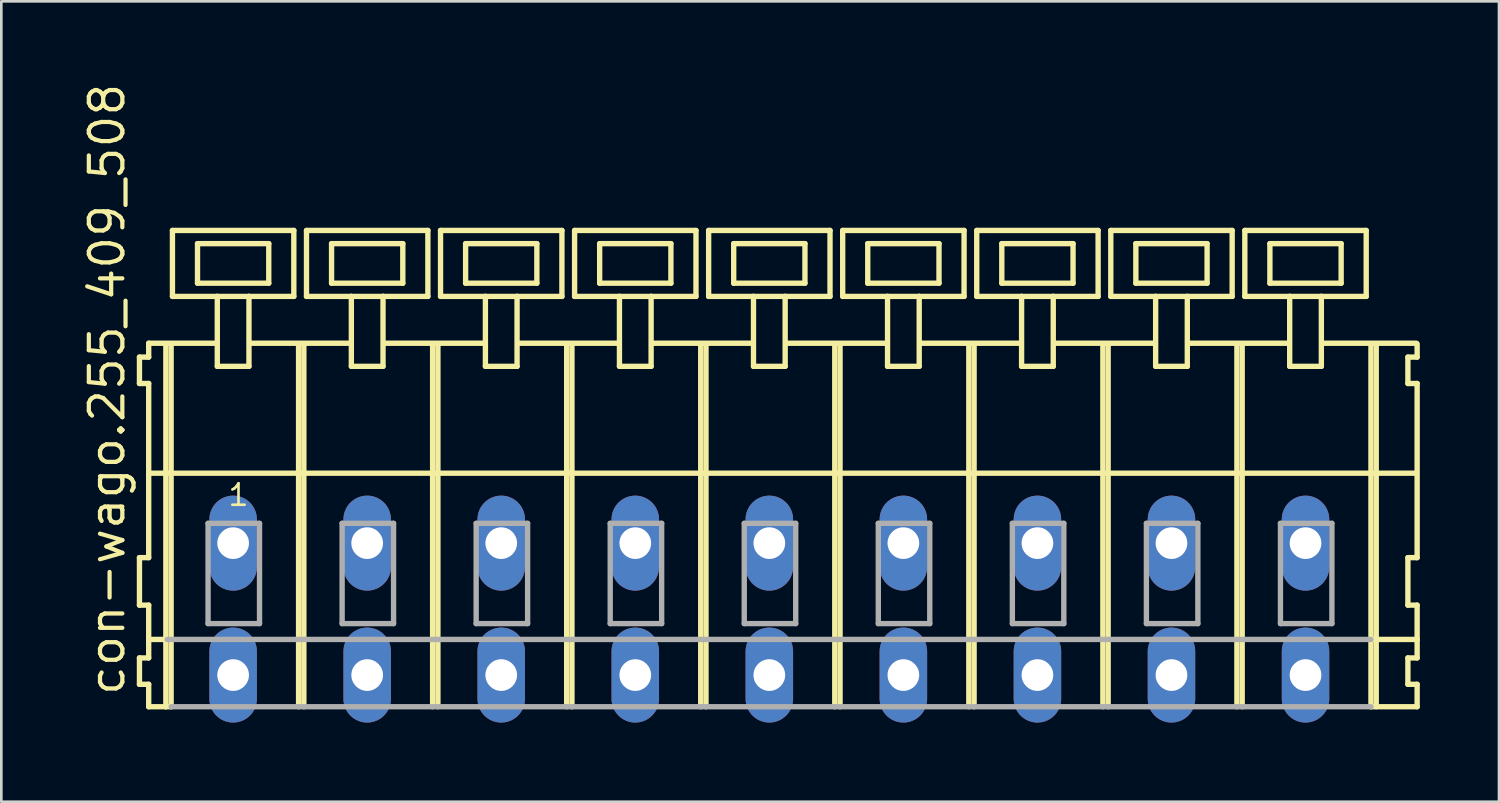
<source format=kicad_pcb>
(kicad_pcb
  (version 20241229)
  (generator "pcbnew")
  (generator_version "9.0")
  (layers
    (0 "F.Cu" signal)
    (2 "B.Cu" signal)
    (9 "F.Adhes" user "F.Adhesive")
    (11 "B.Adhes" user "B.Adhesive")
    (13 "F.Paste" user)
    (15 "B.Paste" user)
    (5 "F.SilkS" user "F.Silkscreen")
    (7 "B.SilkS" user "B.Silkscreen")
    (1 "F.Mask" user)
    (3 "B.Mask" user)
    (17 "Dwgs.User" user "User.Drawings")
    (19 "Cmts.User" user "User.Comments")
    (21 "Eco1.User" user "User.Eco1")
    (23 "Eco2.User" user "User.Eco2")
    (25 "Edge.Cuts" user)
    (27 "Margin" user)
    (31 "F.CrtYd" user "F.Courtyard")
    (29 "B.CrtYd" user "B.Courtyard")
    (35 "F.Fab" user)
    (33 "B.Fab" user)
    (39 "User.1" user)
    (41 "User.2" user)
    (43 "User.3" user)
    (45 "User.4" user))
  (footprint "con-wago.255_409_508"
    (layer "F.Cu")
    (at 23.565 17.533)
    (property "Reference" "con-wago.255_409_508" (at -21.815 5.855 90) (layer "F.SilkS") (effects (font (size 1.27 1.27) (thickness 0.16)) (justify left bottom)))
    (attr through_hole)
    (fp_line (start -21.33 -7.05) (end -21.33 -6.05) (stroke (width 0.203) (type default)) (layer "F.SilkS"))
    (fp_line (start -21.33 -6.05) (end -20.98 -6.05) (stroke (width 0.203) (type default)) (layer "F.SilkS"))
    (fp_line (start -21.33 0.55) (end -21.33 2.35) (stroke (width 0.203) (type default)) (layer "F.SilkS"))
    (fp_line (start -21.33 2.35) (end -20.98 2.35) (stroke (width 0.203) (type default)) (layer "F.SilkS"))
    (fp_line (start -21.33 4.35) (end -21.33 5.35) (stroke (width 0.203) (type default)) (layer "F.SilkS"))
    (fp_line (start -21.33 5.35) (end -20.98 5.35) (stroke (width 0.203) (type default)) (layer "F.SilkS"))
    (fp_line (start -20.98 -7.575) (end -20.98 -7.05) (stroke (width 0.203) (type default)) (layer "F.SilkS"))
    (fp_line (start -20.98 -7.575) (end -18.405 -7.575) (stroke (width 0.203) (type default)) (layer "F.SilkS"))
    (fp_line (start -20.98 -7.05) (end -21.33 -7.05) (stroke (width 0.203) (type default)) (layer "F.SilkS"))
    (fp_line (start -20.98 -6.05) (end -20.98 0.55) (stroke (width 0.203) (type default)) (layer "F.SilkS"))
    (fp_line (start -20.98 0.55) (end -21.33 0.55) (stroke (width 0.203) (type default)) (layer "F.SilkS"))
    (fp_line (start -20.98 2.35) (end -20.98 4.35) (stroke (width 0.203) (type default)) (layer "F.SilkS"))
    (fp_line (start -20.98 3.65) (end -20.28 3.65) (stroke (width 0.203) (type default)) (layer "F.SilkS"))
    (fp_line (start -20.98 4.35) (end -21.33 4.35) (stroke (width 0.203) (type default)) (layer "F.SilkS"))
    (fp_line (start -20.98 5.35) (end -20.98 6.2) (stroke (width 0.203) (type default)) (layer "F.SilkS"))
    (fp_line (start -20.98 6.2) (end -20.33 6.2) (stroke (width 0.203) (type default)) (layer "F.SilkS"))
    (fp_line (start -20.93 -2.65) (end 25.34 -2.65) (stroke (width 0.203) (type default)) (layer "F.SilkS"))
    (fp_line (start -20.33 -7.55) (end -20.33 6.2) (stroke (width 0.203) (type default)) (layer "F.SilkS"))
    (fp_line (start -20.33 6.2) (end -20.13 6.2) (stroke (width 0.203) (type default)) (layer "F.SilkS"))
    (fp_line (start -20.13 -7.55) (end -20.13 6.2) (stroke (width 0.203) (type default)) (layer "F.SilkS"))
    (fp_line (start -20.08 -11.85) (end -20.08 -9.35) (stroke (width 0.203) (type default)) (layer "F.SilkS"))
    (fp_line (start -20.08 -9.35) (end -18.38 -9.35) (stroke (width 0.203) (type default)) (layer "F.SilkS"))
    (fp_line (start -19.13 -11.35) (end -19.13 -9.85) (stroke (width 0.203) (type default)) (layer "F.SilkS"))
    (fp_line (start -19.13 -9.85) (end -16.43 -9.85) (stroke (width 0.203) (type default)) (layer "F.SilkS"))
    (fp_line (start -18.38 -9.35) (end -18.38 -6.7) (stroke (width 0.203) (type default)) (layer "F.SilkS"))
    (fp_line (start -18.38 -9.35) (end -17.18 -9.35) (stroke (width 0.203) (type default)) (layer "F.SilkS"))
    (fp_line (start -18.38 -6.7) (end -17.18 -6.7) (stroke (width 0.203) (type default)) (layer "F.SilkS"))
    (fp_line (start -17.18 -9.35) (end -15.48 -9.35) (stroke (width 0.203) (type default)) (layer "F.SilkS"))
    (fp_line (start -17.18 -6.7) (end -17.18 -9.35) (stroke (width 0.203) (type default)) (layer "F.SilkS"))
    (fp_line (start -17.155 -7.575) (end -13.321 -7.575) (stroke (width 0.203) (type default)) (layer "F.SilkS"))
    (fp_line (start -16.43 -11.35) (end -19.13 -11.35) (stroke (width 0.203) (type default)) (layer "F.SilkS"))
    (fp_line (start -16.43 -9.85) (end -16.43 -11.35) (stroke (width 0.203) (type default)) (layer "F.SilkS"))
    (fp_line (start -15.48 -11.85) (end -20.08 -11.85) (stroke (width 0.203) (type default)) (layer "F.SilkS"))
    (fp_line (start -15.48 -9.35) (end -15.48 -11.85) (stroke (width 0.203) (type default)) (layer "F.SilkS"))
    (fp_line (start -15.3 -7.55) (end -15.3 6.2) (stroke (width 0.203) (type default)) (layer "F.SilkS"))
    (fp_line (start -15.1 -7.55) (end -15.1 6.2) (stroke (width 0.203) (type default)) (layer "F.SilkS"))
    (fp_line (start -15 -11.85) (end -15 -9.35) (stroke (width 0.203) (type default)) (layer "F.SilkS"))
    (fp_line (start -15 -9.35) (end -13.3 -9.35) (stroke (width 0.203) (type default)) (layer "F.SilkS"))
    (fp_line (start -14.05 -11.35) (end -14.05 -9.85) (stroke (width 0.203) (type default)) (layer "F.SilkS"))
    (fp_line (start -14.05 -9.85) (end -11.35 -9.85) (stroke (width 0.203) (type default)) (layer "F.SilkS"))
    (fp_line (start -13.3 -9.35) (end -13.3 -6.7) (stroke (width 0.203) (type default)) (layer "F.SilkS"))
    (fp_line (start -13.3 -9.35) (end -12.1 -9.35) (stroke (width 0.203) (type default)) (layer "F.SilkS"))
    (fp_line (start -13.3 -6.7) (end -12.1 -6.7) (stroke (width 0.203) (type default)) (layer "F.SilkS"))
    (fp_line (start -12.1 -9.35) (end -10.4 -9.35) (stroke (width 0.203) (type default)) (layer "F.SilkS"))
    (fp_line (start -12.1 -6.7) (end -12.1 -9.35) (stroke (width 0.203) (type default)) (layer "F.SilkS"))
    (fp_line (start -12.075 -7.575) (end -8.23 -7.575) (stroke (width 0.203) (type default)) (layer "F.SilkS"))
    (fp_line (start -11.35 -11.35) (end -14.05 -11.35) (stroke (width 0.203) (type default)) (layer "F.SilkS"))
    (fp_line (start -11.35 -9.85) (end -11.35 -11.35) (stroke (width 0.203) (type default)) (layer "F.SilkS"))
    (fp_line (start -10.4 -11.85) (end -15 -11.85) (stroke (width 0.203) (type default)) (layer "F.SilkS"))
    (fp_line (start -10.4 -9.35) (end -10.4 -11.85) (stroke (width 0.203) (type default)) (layer "F.SilkS"))
    (fp_line (start -10.22 -7.55) (end -10.22 6.2) (stroke (width 0.203) (type default)) (layer "F.SilkS"))
    (fp_line (start -10.02 -7.55) (end -10.02 6.2) (stroke (width 0.203) (type default)) (layer "F.SilkS"))
    (fp_line (start -9.92 -11.85) (end -9.92 -9.35) (stroke (width 0.203) (type default)) (layer "F.SilkS"))
    (fp_line (start -9.92 -9.35) (end -8.22 -9.35) (stroke (width 0.203) (type default)) (layer "F.SilkS"))
    (fp_line (start -8.97 -11.35) (end -8.97 -9.85) (stroke (width 0.203) (type default)) (layer "F.SilkS"))
    (fp_line (start -8.97 -9.85) (end -6.27 -9.85) (stroke (width 0.203) (type default)) (layer "F.SilkS"))
    (fp_line (start -8.22 -9.35) (end -8.22 -6.7) (stroke (width 0.203) (type default)) (layer "F.SilkS"))
    (fp_line (start -8.22 -9.35) (end -7.02 -9.35) (stroke (width 0.203) (type default)) (layer "F.SilkS"))
    (fp_line (start -8.22 -6.7) (end -7.02 -6.7) (stroke (width 0.203) (type default)) (layer "F.SilkS"))
    (fp_line (start -7.02 -9.35) (end -5.32 -9.35) (stroke (width 0.203) (type default)) (layer "F.SilkS"))
    (fp_line (start -7.02 -6.7) (end -7.02 -9.35) (stroke (width 0.203) (type default)) (layer "F.SilkS"))
    (fp_line (start -6.995 -7.575) (end -3.15 -7.575) (stroke (width 0.203) (type default)) (layer "F.SilkS"))
    (fp_line (start -6.27 -11.35) (end -8.97 -11.35) (stroke (width 0.203) (type default)) (layer "F.SilkS"))
    (fp_line (start -6.27 -9.85) (end -6.27 -11.35) (stroke (width 0.203) (type default)) (layer "F.SilkS"))
    (fp_line (start -5.32 -11.85) (end -9.92 -11.85) (stroke (width 0.203) (type default)) (layer "F.SilkS"))
    (fp_line (start -5.32 -9.35) (end -5.32 -11.85) (stroke (width 0.203) (type default)) (layer "F.SilkS"))
    (fp_line (start -5.14 -7.55) (end -5.14 6.2) (stroke (width 0.203) (type default)) (layer "F.SilkS"))
    (fp_line (start -4.94 -7.55) (end -4.94 6.2) (stroke (width 0.203) (type default)) (layer "F.SilkS"))
    (fp_line (start -4.84 -11.85) (end -4.84 -9.35) (stroke (width 0.203) (type default)) (layer "F.SilkS"))
    (fp_line (start -4.84 -9.35) (end -3.14 -9.35) (stroke (width 0.203) (type default)) (layer "F.SilkS"))
    (fp_line (start -3.89 -11.35) (end -3.89 -9.85) (stroke (width 0.203) (type default)) (layer "F.SilkS"))
    (fp_line (start -3.89 -9.85) (end -1.19 -9.85) (stroke (width 0.203) (type default)) (layer "F.SilkS"))
    (fp_line (start -3.14 -9.35) (end -3.14 -6.7) (stroke (width 0.203) (type default)) (layer "F.SilkS"))
    (fp_line (start -3.14 -9.35) (end -1.94 -9.35) (stroke (width 0.203) (type default)) (layer "F.SilkS"))
    (fp_line (start -3.14 -6.7) (end -1.94 -6.7) (stroke (width 0.203) (type default)) (layer "F.SilkS"))
    (fp_line (start -1.94 -9.35) (end -0.24 -9.35) (stroke (width 0.203) (type default)) (layer "F.SilkS"))
    (fp_line (start -1.94 -6.7) (end -1.94 -9.35) (stroke (width 0.203) (type default)) (layer "F.SilkS"))
    (fp_line (start -1.915 -7.575) (end 1.93 -7.575) (stroke (width 0.203) (type default)) (layer "F.SilkS"))
    (fp_line (start -1.19 -11.35) (end -3.89 -11.35) (stroke (width 0.203) (type default)) (layer "F.SilkS"))
    (fp_line (start -1.19 -9.85) (end -1.19 -11.35) (stroke (width 0.203) (type default)) (layer "F.SilkS"))
    (fp_line (start -0.24 -11.85) (end -4.84 -11.85) (stroke (width 0.203) (type default)) (layer "F.SilkS"))
    (fp_line (start -0.24 -9.35) (end -0.24 -11.85) (stroke (width 0.203) (type default)) (layer "F.SilkS"))
    (fp_line (start -0.06 -7.55) (end -0.06 6.2) (stroke (width 0.203) (type default)) (layer "F.SilkS"))
    (fp_line (start 0.14 -7.55) (end 0.14 6.2) (stroke (width 0.203) (type default)) (layer "F.SilkS"))
    (fp_line (start 0.24 -11.85) (end 0.24 -9.35) (stroke (width 0.203) (type default)) (layer "F.SilkS"))
    (fp_line (start 0.24 -9.35) (end 1.94 -9.35) (stroke (width 0.203) (type default)) (layer "F.SilkS"))
    (fp_line (start 1.19 -11.35) (end 1.19 -9.85) (stroke (width 0.203) (type default)) (layer "F.SilkS"))
    (fp_line (start 1.19 -9.85) (end 3.89 -9.85) (stroke (width 0.203) (type default)) (layer "F.SilkS"))
    (fp_line (start 1.94 -9.35) (end 1.94 -6.7) (stroke (width 0.203) (type default)) (layer "F.SilkS"))
    (fp_line (start 1.94 -9.35) (end 3.14 -9.35) (stroke (width 0.203) (type default)) (layer "F.SilkS"))
    (fp_line (start 1.94 -6.7) (end 3.14 -6.7) (stroke (width 0.203) (type default)) (layer "F.SilkS"))
    (fp_line (start 3.14 -9.35) (end 4.84 -9.35) (stroke (width 0.203) (type default)) (layer "F.SilkS"))
    (fp_line (start 3.14 -6.7) (end 3.14 -9.35) (stroke (width 0.203) (type default)) (layer "F.SilkS"))
    (fp_line (start 3.165 -7.575) (end 7.01 -7.575) (stroke (width 0.203) (type default)) (layer "F.SilkS"))
    (fp_line (start 3.89 -11.35) (end 1.19 -11.35) (stroke (width 0.203) (type default)) (layer "F.SilkS"))
    (fp_line (start 3.89 -9.85) (end 3.89 -11.35) (stroke (width 0.203) (type default)) (layer "F.SilkS"))
    (fp_line (start 4.84 -11.85) (end 0.24 -11.85) (stroke (width 0.203) (type default)) (layer "F.SilkS"))
    (fp_line (start 4.84 -9.35) (end 4.84 -11.85) (stroke (width 0.203) (type default)) (layer "F.SilkS"))
    (fp_line (start 5.02 -7.55) (end 5.02 6.2) (stroke (width 0.203) (type default)) (layer "F.SilkS"))
    (fp_line (start 5.22 -7.55) (end 5.22 6.2) (stroke (width 0.203) (type default)) (layer "F.SilkS"))
    (fp_line (start 5.32 -11.85) (end 5.32 -9.35) (stroke (width 0.203) (type default)) (layer "F.SilkS"))
    (fp_line (start 5.32 -9.35) (end 7.02 -9.35) (stroke (width 0.203) (type default)) (layer "F.SilkS"))
    (fp_line (start 6.27 -11.35) (end 6.27 -9.85) (stroke (width 0.203) (type default)) (layer "F.SilkS"))
    (fp_line (start 6.27 -9.85) (end 8.97 -9.85) (stroke (width 0.203) (type default)) (layer "F.SilkS"))
    (fp_line (start 7.02 -9.35) (end 7.02 -6.7) (stroke (width 0.203) (type default)) (layer "F.SilkS"))
    (fp_line (start 7.02 -9.35) (end 8.22 -9.35) (stroke (width 0.203) (type default)) (layer "F.SilkS"))
    (fp_line (start 7.02 -6.7) (end 8.22 -6.7) (stroke (width 0.203) (type default)) (layer "F.SilkS"))
    (fp_line (start 8.22 -9.35) (end 9.92 -9.35) (stroke (width 0.203) (type default)) (layer "F.SilkS"))
    (fp_line (start 8.22 -6.7) (end 8.22 -9.35) (stroke (width 0.203) (type default)) (layer "F.SilkS"))
    (fp_line (start 8.245 -7.575) (end 12.09 -7.575) (stroke (width 0.203) (type default)) (layer "F.SilkS"))
    (fp_line (start 8.97 -11.35) (end 6.27 -11.35) (stroke (width 0.203) (type default)) (layer "F.SilkS"))
    (fp_line (start 8.97 -9.85) (end 8.97 -11.35) (stroke (width 0.203) (type default)) (layer "F.SilkS"))
    (fp_line (start 9.92 -11.85) (end 5.32 -11.85) (stroke (width 0.203) (type default)) (layer "F.SilkS"))
    (fp_line (start 9.92 -9.35) (end 9.92 -11.85) (stroke (width 0.203) (type default)) (layer "F.SilkS"))
    (fp_line (start 10.1 -7.55) (end 10.1 6.2) (stroke (width 0.203) (type default)) (layer "F.SilkS"))
    (fp_line (start 10.3 -7.55) (end 10.3 6.2) (stroke (width 0.203) (type default)) (layer "F.SilkS"))
    (fp_line (start 10.4 -11.85) (end 10.4 -9.35) (stroke (width 0.203) (type default)) (layer "F.SilkS"))
    (fp_line (start 10.4 -9.35) (end 12.1 -9.35) (stroke (width 0.203) (type default)) (layer "F.SilkS"))
    (fp_line (start 11.35 -11.35) (end 11.35 -9.85) (stroke (width 0.203) (type default)) (layer "F.SilkS"))
    (fp_line (start 11.35 -9.85) (end 14.05 -9.85) (stroke (width 0.203) (type default)) (layer "F.SilkS"))
    (fp_line (start 12.1 -9.35) (end 12.1 -6.7) (stroke (width 0.203) (type default)) (layer "F.SilkS"))
    (fp_line (start 12.1 -9.35) (end 13.3 -9.35) (stroke (width 0.203) (type default)) (layer "F.SilkS"))
    (fp_line (start 12.1 -6.7) (end 13.3 -6.7) (stroke (width 0.203) (type default)) (layer "F.SilkS"))
    (fp_line (start 13.3 -9.35) (end 15 -9.35) (stroke (width 0.203) (type default)) (layer "F.SilkS"))
    (fp_line (start 13.3 -6.7) (end 13.3 -9.35) (stroke (width 0.203) (type default)) (layer "F.SilkS"))
    (fp_line (start 13.325 -7.575) (end 17.17 -7.575) (stroke (width 0.203) (type default)) (layer "F.SilkS"))
    (fp_line (start 14.05 -11.35) (end 11.35 -11.35) (stroke (width 0.203) (type default)) (layer "F.SilkS"))
    (fp_line (start 14.05 -9.85) (end 14.05 -11.35) (stroke (width 0.203) (type default)) (layer "F.SilkS"))
    (fp_line (start 15 -11.85) (end 10.4 -11.85) (stroke (width 0.203) (type default)) (layer "F.SilkS"))
    (fp_line (start 15 -9.35) (end 15 -11.85) (stroke (width 0.203) (type default)) (layer "F.SilkS"))
    (fp_line (start 15.18 -7.55) (end 15.18 6.2) (stroke (width 0.203) (type default)) (layer "F.SilkS"))
    (fp_line (start 15.38 -7.55) (end 15.38 6.2) (stroke (width 0.203) (type default)) (layer "F.SilkS"))
    (fp_line (start 15.48 -11.85) (end 15.48 -9.35) (stroke (width 0.203) (type default)) (layer "F.SilkS"))
    (fp_line (start 15.48 -9.35) (end 17.18 -9.35) (stroke (width 0.203) (type default)) (layer "F.SilkS"))
    (fp_line (start 16.43 -11.35) (end 16.43 -9.85) (stroke (width 0.203) (type default)) (layer "F.SilkS"))
    (fp_line (start 16.43 -9.85) (end 19.13 -9.85) (stroke (width 0.203) (type default)) (layer "F.SilkS"))
    (fp_line (start 17.18 -9.35) (end 17.18 -6.7) (stroke (width 0.203) (type default)) (layer "F.SilkS"))
    (fp_line (start 17.18 -9.35) (end 18.38 -9.35) (stroke (width 0.203) (type default)) (layer "F.SilkS"))
    (fp_line (start 17.18 -6.7) (end 18.38 -6.7) (stroke (width 0.203) (type default)) (layer "F.SilkS"))
    (fp_line (start 18.38 -9.35) (end 20.08 -9.35) (stroke (width 0.203) (type default)) (layer "F.SilkS"))
    (fp_line (start 18.38 -6.7) (end 18.38 -9.35) (stroke (width 0.203) (type default)) (layer "F.SilkS"))
    (fp_line (start 18.405 -7.575) (end 22.25 -7.575) (stroke (width 0.203) (type default)) (layer "F.SilkS"))
    (fp_line (start 19.13 -11.35) (end 16.43 -11.35) (stroke (width 0.203) (type default)) (layer "F.SilkS"))
    (fp_line (start 19.13 -9.85) (end 19.13 -11.35) (stroke (width 0.203) (type default)) (layer "F.SilkS"))
    (fp_line (start 20.08 -11.85) (end 15.48 -11.85) (stroke (width 0.203) (type default)) (layer "F.SilkS"))
    (fp_line (start 20.08 -9.35) (end 20.08 -11.85) (stroke (width 0.203) (type default)) (layer "F.SilkS"))
    (fp_line (start 20.26 -7.55) (end 20.26 6.2) (stroke (width 0.203) (type default)) (layer "F.SilkS"))
    (fp_line (start 20.46 -7.55) (end 20.46 6.2) (stroke (width 0.203) (type default)) (layer "F.SilkS"))
    (fp_line (start 20.56 -11.85) (end 20.56 -9.35) (stroke (width 0.203) (type default)) (layer "F.SilkS"))
    (fp_line (start 20.56 -9.35) (end 22.26 -9.35) (stroke (width 0.203) (type default)) (layer "F.SilkS"))
    (fp_line (start 21.51 -11.35) (end 21.51 -9.85) (stroke (width 0.203) (type default)) (layer "F.SilkS"))
    (fp_line (start 21.51 -9.85) (end 24.21 -9.85) (stroke (width 0.203) (type default)) (layer "F.SilkS"))
    (fp_line (start 22.26 -9.35) (end 22.26 -6.7) (stroke (width 0.203) (type default)) (layer "F.SilkS"))
    (fp_line (start 22.26 -9.35) (end 23.46 -9.35) (stroke (width 0.203) (type default)) (layer "F.SilkS"))
    (fp_line (start 22.26 -6.7) (end 23.46 -6.7) (stroke (width 0.203) (type default)) (layer "F.SilkS"))
    (fp_line (start 23.46 -9.35) (end 25.16 -9.35) (stroke (width 0.203) (type default)) (layer "F.SilkS"))
    (fp_line (start 23.46 -6.7) (end 23.46 -9.35) (stroke (width 0.203) (type default)) (layer "F.SilkS"))
    (fp_line (start 23.47 -7.575) (end 27.065 -7.575) (stroke (width 0.203) (type default)) (layer "F.SilkS"))
    (fp_line (start 24.21 -11.35) (end 21.51 -11.35) (stroke (width 0.203) (type default)) (layer "F.SilkS"))
    (fp_line (start 24.21 -9.85) (end 24.21 -11.35) (stroke (width 0.203) (type default)) (layer "F.SilkS"))
    (fp_line (start 25.16 -11.85) (end 20.56 -11.85) (stroke (width 0.203) (type default)) (layer "F.SilkS"))
    (fp_line (start 25.16 -9.35) (end 25.16 -11.85) (stroke (width 0.203) (type default)) (layer "F.SilkS"))
    (fp_line (start 25.34 -7.55) (end 25.34 -2.65) (stroke (width 0.203) (type default)) (layer "F.SilkS"))
    (fp_line (start 25.34 -2.65) (end 25.34 6.2) (stroke (width 0.203) (type default)) (layer "F.SilkS"))
    (fp_line (start 25.34 -2.65) (end 27.04 -2.65) (stroke (width 0.203) (type default)) (layer "F.SilkS"))
    (fp_line (start 25.34 6.2) (end 27.09 6.2) (stroke (width 0.203) (type default)) (layer "F.SilkS"))
    (fp_line (start 25.39 3.65) (end 27.09 3.65) (stroke (width 0.203) (type default)) (layer "F.SilkS"))
    (fp_line (start 25.54 -7.55) (end 25.54 6.2) (stroke (width 0.203) (type default)) (layer "F.SilkS"))
    (fp_line (start 26.74 -7.05) (end 26.74 -6.05) (stroke (width 0.203) (type default)) (layer "F.SilkS"))
    (fp_line (start 26.74 -6.05) (end 27.09 -6.05) (stroke (width 0.203) (type default)) (layer "F.SilkS"))
    (fp_line (start 26.74 0.55) (end 26.74 2.35) (stroke (width 0.203) (type default)) (layer "F.SilkS"))
    (fp_line (start 26.74 2.35) (end 27.09 2.35) (stroke (width 0.203) (type default)) (layer "F.SilkS"))
    (fp_line (start 26.74 4.35) (end 26.74 5.35) (stroke (width 0.203) (type default)) (layer "F.SilkS"))
    (fp_line (start 26.74 5.35) (end 27.09 5.35) (stroke (width 0.203) (type default)) (layer "F.SilkS"))
    (fp_line (start 27.09 -7.05) (end 26.74 -7.05) (stroke (width 0.203) (type default)) (layer "F.SilkS"))
    (fp_line (start 27.09 -7.05) (end 27.09 -7.55) (stroke (width 0.203) (type default)) (layer "F.SilkS"))
    (fp_line (start 27.09 0.55) (end 26.74 0.55) (stroke (width 0.203) (type default)) (layer "F.SilkS"))
    (fp_line (start 27.09 0.55) (end 27.09 -6.05) (stroke (width 0.203) (type default)) (layer "F.SilkS"))
    (fp_line (start 27.09 3.65) (end 27.09 2.35) (stroke (width 0.203) (type default)) (layer "F.SilkS"))
    (fp_line (start 27.09 4.35) (end 26.74 4.35) (stroke (width 0.203) (type default)) (layer "F.SilkS"))
    (fp_line (start 27.09 4.35) (end 27.09 3.65) (stroke (width 0.203) (type default)) (layer "F.SilkS"))
    (fp_line (start 27.09 6.2) (end 27.09 5.35) (stroke (width 0.203) (type default)) (layer "F.SilkS"))
    (fp_line (start -20.28 3.65) (end 25.34 3.65) (stroke (width 0.203) (type default)) (layer "F.Fab"))
    (fp_line (start -20.13 6.2) (end 25.34 6.2) (stroke (width 0.203) (type default)) (layer "F.Fab"))
    (fp_line (start -18.73 -0.75) (end -18.73 3.05) (stroke (width 0.203) (type default)) (layer "F.Fab"))
    (fp_line (start -18.73 3.05) (end -16.78 3.05) (stroke (width 0.203) (type default)) (layer "F.Fab"))
    (fp_line (start -16.78 -0.75) (end -18.73 -0.75) (stroke (width 0.203) (type default)) (layer "F.Fab"))
    (fp_line (start -16.78 3.05) (end -16.78 -0.75) (stroke (width 0.203) (type default)) (layer "F.Fab"))
    (fp_line (start -13.65 -0.75) (end -13.65 3.05) (stroke (width 0.203) (type default)) (layer "F.Fab"))
    (fp_line (start -13.65 3.05) (end -11.7 3.05) (stroke (width 0.203) (type default)) (layer "F.Fab"))
    (fp_line (start -11.7 -0.75) (end -13.65 -0.75) (stroke (width 0.203) (type default)) (layer "F.Fab"))
    (fp_line (start -11.7 3.05) (end -11.7 -0.75) (stroke (width 0.203) (type default)) (layer "F.Fab"))
    (fp_line (start -8.57 -0.75) (end -8.57 3.05) (stroke (width 0.203) (type default)) (layer "F.Fab"))
    (fp_line (start -8.57 3.05) (end -6.62 3.05) (stroke (width 0.203) (type default)) (layer "F.Fab"))
    (fp_line (start -6.62 -0.75) (end -8.57 -0.75) (stroke (width 0.203) (type default)) (layer "F.Fab"))
    (fp_line (start -6.62 3.05) (end -6.62 -0.75) (stroke (width 0.203) (type default)) (layer "F.Fab"))
    (fp_line (start -3.49 -0.75) (end -3.49 3.05) (stroke (width 0.203) (type default)) (layer "F.Fab"))
    (fp_line (start -3.49 3.05) (end -1.54 3.05) (stroke (width 0.203) (type default)) (layer "F.Fab"))
    (fp_line (start -1.54 -0.75) (end -3.49 -0.75) (stroke (width 0.203) (type default)) (layer "F.Fab"))
    (fp_line (start -1.54 3.05) (end -1.54 -0.75) (stroke (width 0.203) (type default)) (layer "F.Fab"))
    (fp_line (start 1.59 -0.75) (end 1.59 3.05) (stroke (width 0.203) (type default)) (layer "F.Fab"))
    (fp_line (start 1.59 3.05) (end 3.54 3.05) (stroke (width 0.203) (type default)) (layer "F.Fab"))
    (fp_line (start 3.54 -0.75) (end 1.59 -0.75) (stroke (width 0.203) (type default)) (layer "F.Fab"))
    (fp_line (start 3.54 3.05) (end 3.54 -0.75) (stroke (width 0.203) (type default)) (layer "F.Fab"))
    (fp_line (start 6.67 -0.75) (end 6.67 3.05) (stroke (width 0.203) (type default)) (layer "F.Fab"))
    (fp_line (start 6.67 3.05) (end 8.62 3.05) (stroke (width 0.203) (type default)) (layer "F.Fab"))
    (fp_line (start 8.62 -0.75) (end 6.67 -0.75) (stroke (width 0.203) (type default)) (layer "F.Fab"))
    (fp_line (start 8.62 3.05) (end 8.62 -0.75) (stroke (width 0.203) (type default)) (layer "F.Fab"))
    (fp_line (start 11.75 -0.75) (end 11.75 3.05) (stroke (width 0.203) (type default)) (layer "F.Fab"))
    (fp_line (start 11.75 3.05) (end 13.7 3.05) (stroke (width 0.203) (type default)) (layer "F.Fab"))
    (fp_line (start 13.7 -0.75) (end 11.75 -0.75) (stroke (width 0.203) (type default)) (layer "F.Fab"))
    (fp_line (start 13.7 3.05) (end 13.7 -0.75) (stroke (width 0.203) (type default)) (layer "F.Fab"))
    (fp_line (start 16.83 -0.75) (end 16.83 3.05) (stroke (width 0.203) (type default)) (layer "F.Fab"))
    (fp_line (start 16.83 3.05) (end 18.78 3.05) (stroke (width 0.203) (type default)) (layer "F.Fab"))
    (fp_line (start 18.78 -0.75) (end 16.83 -0.75) (stroke (width 0.203) (type default)) (layer "F.Fab"))
    (fp_line (start 18.78 3.05) (end 18.78 -0.75) (stroke (width 0.203) (type default)) (layer "F.Fab"))
    (fp_line (start 21.91 -0.75) (end 21.91 3.05) (stroke (width 0.203) (type default)) (layer "F.Fab"))
    (fp_line (start 21.91 3.05) (end 23.86 3.05) (stroke (width 0.203) (type default)) (layer "F.Fab"))
    (fp_line (start 23.86 -0.75) (end 21.91 -0.75) (stroke (width 0.203) (type default)) (layer "F.Fab"))
    (fp_line (start 23.86 3.05) (end 23.86 -0.75) (stroke (width 0.203) (type default)) (layer "F.Fab"))
    (fp_text user "1" (at -18.03 -1.35 0) (layer "F.SilkS") (effects (font (size 0.813 0.813) (thickness 0.1)) (justify left bottom)))
    (pad "A1" thru_hole oval (at -17.78 0 90) (size 3.6 1.8) (drill 1.2) (layers "*.Cu" "*.Mask"))
    (pad "A2" thru_hole oval (at -12.7 0 90) (size 3.6 1.8) (drill 1.2) (layers "*.Cu" "*.Mask"))
    (pad "A3" thru_hole oval (at -7.62 0 90) (size 3.6 1.8) (drill 1.2) (layers "*.Cu" "*.Mask"))
    (pad "A4" thru_hole oval (at -2.54 0 90) (size 3.6 1.8) (drill 1.2) (layers "*.Cu" "*.Mask"))
    (pad "A5" thru_hole oval (at 2.54 0 90) (size 3.6 1.8) (drill 1.2) (layers "*.Cu" "*.Mask"))
    (pad "A6" thru_hole oval (at 7.62 0 90) (size 3.6 1.8) (drill 1.2) (layers "*.Cu" "*.Mask"))
    (pad "A7" thru_hole oval (at 12.7 0 90) (size 3.6 1.8) (drill 1.2) (layers "*.Cu" "*.Mask"))
    (pad "A8" thru_hole oval (at 17.78 0 90) (size 3.6 1.8) (drill 1.2) (layers "*.Cu" "*.Mask"))
    (pad "A9" thru_hole oval (at 22.86 0 90) (size 3.6 1.8) (drill 1.2) (layers "*.Cu" "*.Mask"))
    (pad "B1" thru_hole oval (at -17.78 5 90) (size 3.6 1.8) (drill 1.2) (layers "*.Cu" "*.Mask"))
    (pad "B2" thru_hole oval (at -12.7 5 90) (size 3.6 1.8) (drill 1.2) (layers "*.Cu" "*.Mask"))
    (pad "B3" thru_hole oval (at -7.62 5 90) (size 3.6 1.8) (drill 1.2) (layers "*.Cu" "*.Mask"))
    (pad "B4" thru_hole oval (at -2.54 5 90) (size 3.6 1.8) (drill 1.2) (layers "*.Cu" "*.Mask"))
    (pad "B5" thru_hole oval (at 2.54 5 90) (size 3.6 1.8) (drill 1.2) (layers "*.Cu" "*.Mask"))
    (pad "B6" thru_hole oval (at 7.62 5 90) (size 3.6 1.8) (drill 1.2) (layers "*.Cu" "*.Mask"))
    (pad "B7" thru_hole oval (at 12.7 5 90) (size 3.6 1.8) (drill 1.2) (layers "*.Cu" "*.Mask"))
    (pad "B8" thru_hole oval (at 17.78 5 90) (size 3.6 1.8) (drill 1.2) (layers "*.Cu" "*.Mask"))
    (pad "B9" thru_hole oval (at 22.86 5 90) (size 3.6 1.8) (drill 1.2) (layers "*.Cu" "*.Mask")))
  (gr_rect
    (start -3 -3)
    (end 53.757 27.333)
    (stroke (width 0.1) (type default))
    (fill no)
    (layer "Edge.Cuts")))
</source>
